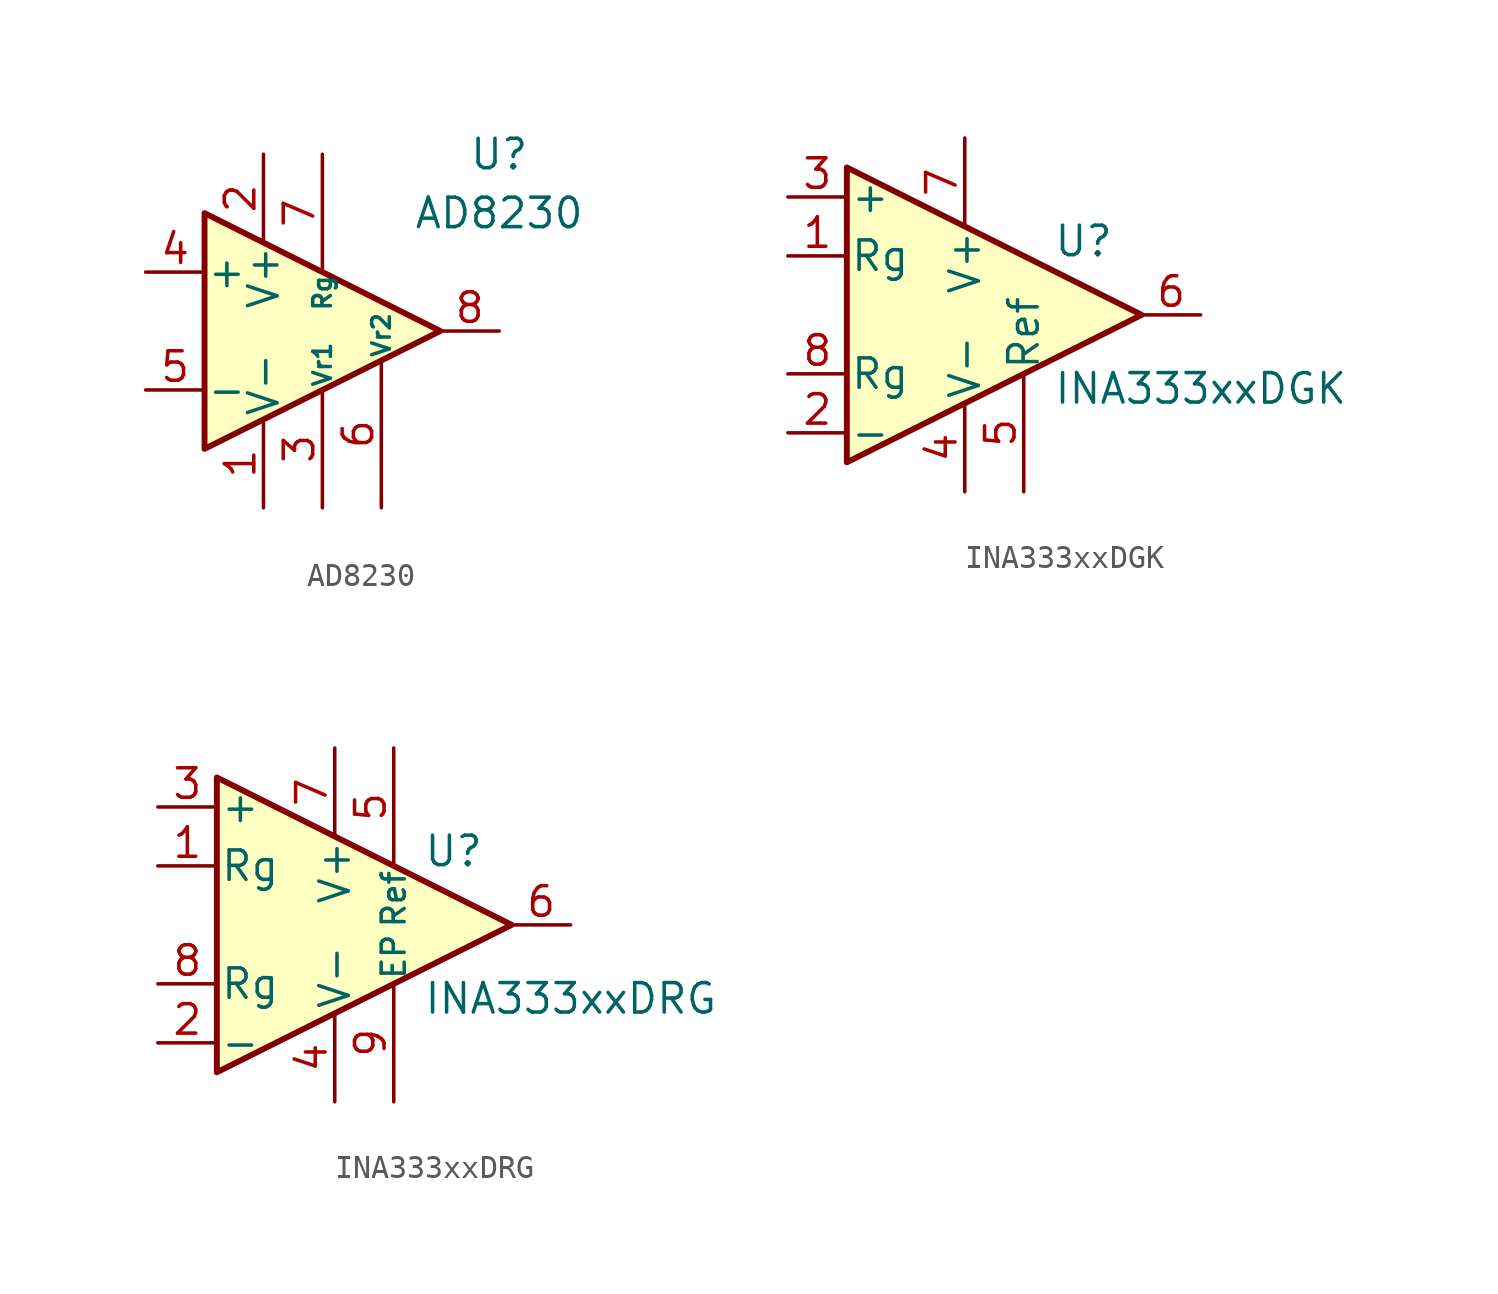
<source format=kicad_sym>
(kicad_symbol_lib
  (version 20201005)
  (generator kicad_symbol_editor)
  (symbol "Amplifier_Instrumentation:AD8230"
    (pin_names
      (offset 0.076))
    (property "Reference" "U"
      (at 7.62 7.62 0)
      (effects (font (size 1.27 1.27))))
    (property "Value" "AD8230"
      (at 7.62 5.08 0)
      (effects (font (size 1.27 1.27))))
    (symbol "AD8230_0_1"
      (polyline (pts (xy -5.08 5.08) (xy -5.08 0) (xy -5.08 -5.08) (xy 5.08 0) (xy -5.08 5.08)) (stroke (width 0.254)) (fill (type background))))
    (symbol "AD8230_1_1"
      (pin power_in line (at -2.54 -7.62 90) (length 3.81) (name "V-" (effects (font (size 1.27 1.27)))) (number "1" (effects (font (size 1.27 1.27)))))
      (pin power_in line (at -2.54 7.62 270) (length 3.81) (name "V+" (effects (font (size 1.27 1.27)))) (number "2" (effects (font (size 1.27 1.27)))))
      (pin input line (at 0 -7.62 90) (length 5.08) (name "Vr1" (effects (font (size 0.762 0.762)))) (number "3" (effects (font (size 1.27 1.27)))))
      (pin input line (at -7.62 2.54 0) (length 2.54) (name "+" (effects (font (size 1.27 1.27)))) (number "4" (effects (font (size 1.27 1.27)))))
      (pin input line (at -7.62 -2.54 0) (length 2.54) (name "-" (effects (font (size 1.27 1.27)))) (number "5" (effects (font (size 1.27 1.27)))))
      (pin input line (at 2.54 -7.62 90) (length 6.35) (name "Vr2" (effects (font (size 0.762 0.762)))) (number "6" (effects (font (size 1.27 1.27)))))
      (pin output line (at 0 7.62 270) (length 5.08) (name "Rg" (effects (font (size 0.762 0.762)))) (number "7" (effects (font (size 1.27 1.27)))))
      (pin output line (at 7.62 0 180) (length 2.54) (name "~" (effects (font (size 1.27 1.27)))) (number "8" (effects (font (size 1.27 1.27)))))))
  (symbol "Amplifier_Instrumentation:INA333xxDGK"
    (pin_names
      (offset 0.127))
    (property "Reference" "U"
      (at 3.81 3.175 0)
      (effects (font (size 1.27 1.27)) (justify left)))
    (property "Value" "INA333xxDGK"
      (at 3.81 -3.175 0)
      (effects (font (size 1.27 1.27)) (justify left)))
    (symbol "INA333xxDGK_0_1"
      (polyline (pts (xy 7.62 0) (xy -5.08 6.35) (xy -5.08 -6.35) (xy 7.62 0)) (stroke (width 0.254)) (fill (type background))))
    (symbol "INA333xxDGK_1_1"
      (pin passive line (at -7.62 2.54 0) (length 2.54) (name "Rg" (effects (font (size 1.27 1.27)))) (number "1" (effects (font (size 1.27 1.27)))))
      (pin input line (at -7.62 -5.08 0) (length 2.54) (name "-" (effects (font (size 1.27 1.27)))) (number "2" (effects (font (size 1.27 1.27)))))
      (pin input line (at -7.62 5.08 0) (length 2.54) (name "+" (effects (font (size 1.27 1.27)))) (number "3" (effects (font (size 1.27 1.27)))))
      (pin power_in line (at 0 -7.62 90) (length 3.81) (name "V-" (effects (font (size 1.27 1.27)))) (number "4" (effects (font (size 1.27 1.27)))))
      (pin input line (at 2.54 -7.62 90) (length 5.08) (name "Ref" (effects (font (size 1.27 1.27)))) (number "5" (effects (font (size 1.27 1.27)))))
      (pin output line (at 10.16 0 180) (length 2.54) (name "~" (effects (font (size 1.27 1.27)))) (number "6" (effects (font (size 1.27 1.27)))))
      (pin power_in line (at 0 7.62 270) (length 3.81) (name "V+" (effects (font (size 1.27 1.27)))) (number "7" (effects (font (size 1.27 1.27)))))
      (pin passive line (at -7.62 -2.54 0) (length 2.54) (name "Rg" (effects (font (size 1.27 1.27)))) (number "8" (effects (font (size 1.27 1.27)))))))
  (symbol "Amplifier_Instrumentation:INA333xxDRG"
    (pin_names
      (offset 0.127))
    (property "Reference" "U"
      (at 3.81 3.175 0)
      (effects (font (size 1.27 1.27)) (justify left)))
    (property "Value" "INA333xxDRG"
      (at 3.81 -3.175 0)
      (effects (font (size 1.27 1.27)) (justify left)))
    (symbol "INA333xxDRG_0_1"
      (polyline (pts (xy 7.62 0) (xy -5.08 6.35) (xy -5.08 -6.35) (xy 7.62 0)) (stroke (width 0.254)) (fill (type background))))
    (symbol "INA333xxDRG_1_1"
      (pin passive line (at -7.62 2.54 0) (length 2.54) (name "Rg" (effects (font (size 1.27 1.27)))) (number "1" (effects (font (size 1.27 1.27)))))
      (pin input line (at -7.62 -5.08 0) (length 2.54) (name "-" (effects (font (size 1.27 1.27)))) (number "2" (effects (font (size 1.27 1.27)))))
      (pin input line (at -7.62 5.08 0) (length 2.54) (name "+" (effects (font (size 1.27 1.27)))) (number "3" (effects (font (size 1.27 1.27)))))
      (pin power_in line (at 0 -7.62 90) (length 3.81) (name "V-" (effects (font (size 1.27 1.27)))) (number "4" (effects (font (size 1.27 1.27)))))
      (pin input line (at 2.54 7.62 270) (length 5.08) (name "Ref" (effects (font (size 0.991 0.991)))) (number "5" (effects (font (size 1.27 1.27)))))
      (pin output line (at 10.16 0 180) (length 2.54) (name "~" (effects (font (size 1.27 1.27)))) (number "6" (effects (font (size 1.27 1.27)))))
      (pin power_in line (at 0 7.62 270) (length 3.81) (name "V+" (effects (font (size 1.27 1.27)))) (number "7" (effects (font (size 1.27 1.27)))))
      (pin passive line (at -7.62 -2.54 0) (length 2.54) (name "Rg" (effects (font (size 1.27 1.27)))) (number "8" (effects (font (size 1.27 1.27)))))
      (pin passive line (at 2.54 -7.62 90) (length 5.08) (name "EP" (effects (font (size 0.991 0.991)))) (number "9" (effects (font (size 1.27 1.27))))))))
</source>
